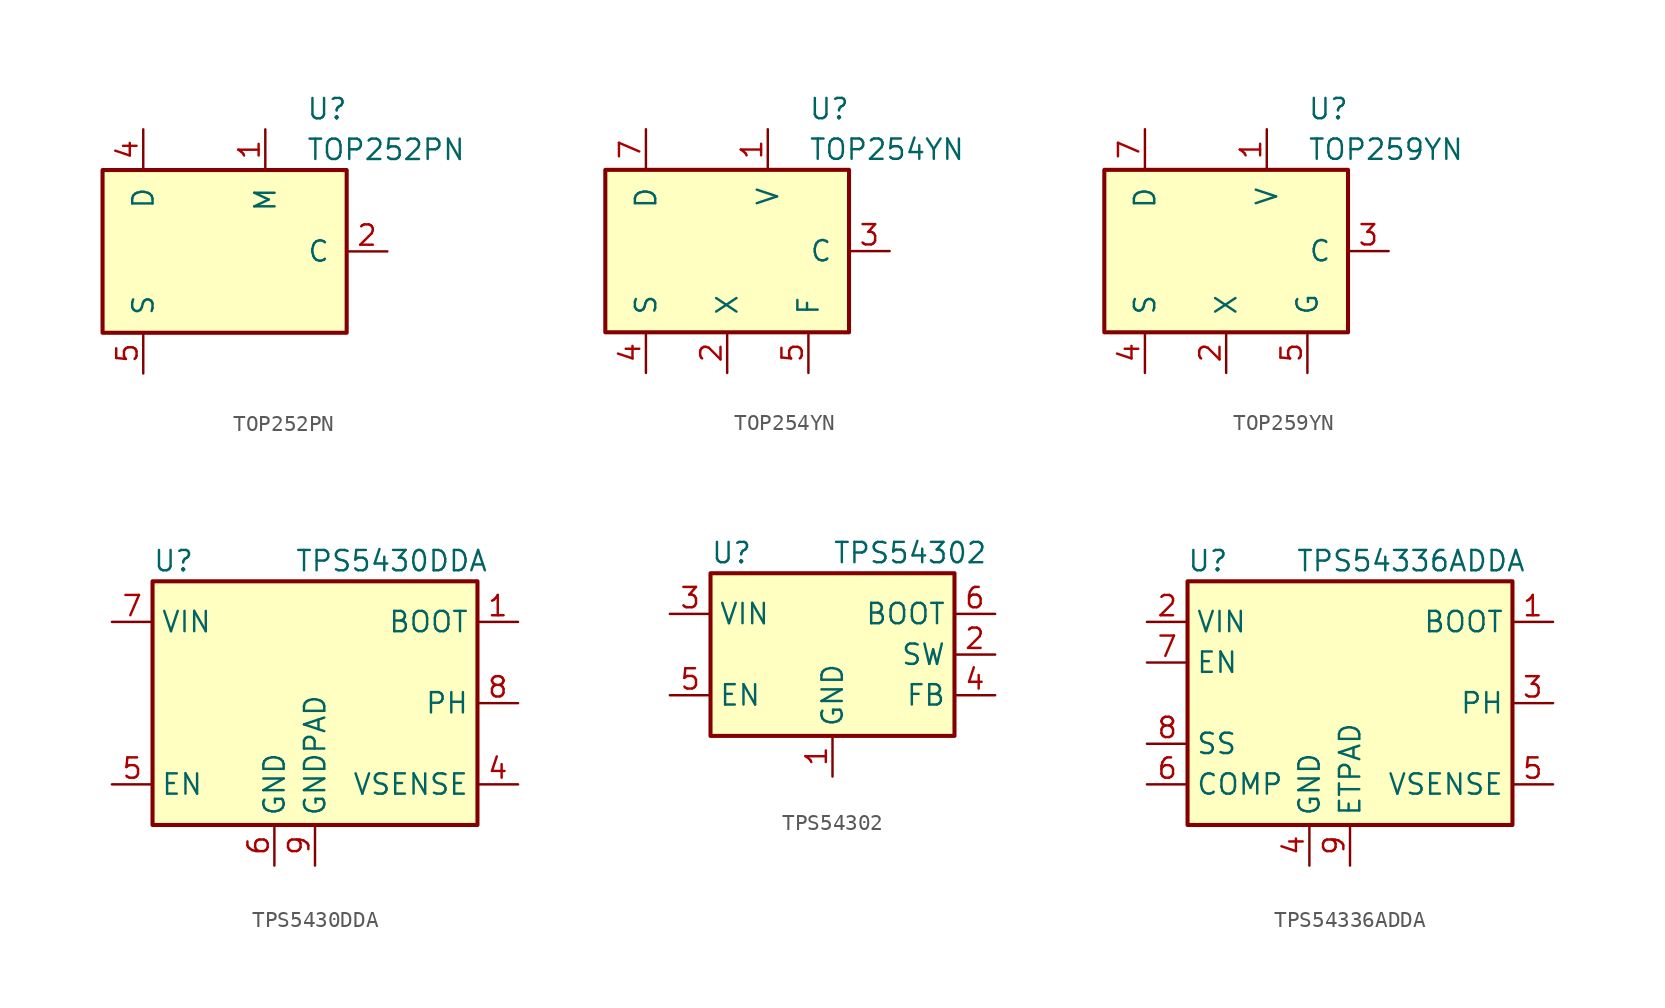
<source format=kicad_sym>
(kicad_symbol_lib
  (version 20201005)
  (generator kicad_symbol_editor)
  (symbol "TOP252PN"
    (pin_names
      (offset 1.016))
    (property "Reference" "U"
      (at 5.08 8.89 0)
      (effects (font (size 1.27 1.27)) (justify left)))
    (property "Value" "TOP252PN"
      (at 5.08 6.35 0)
      (effects (font (size 1.27 1.27)) (justify left)))
    (symbol "TOP252PN_0_1"
      (rectangle (start -7.62 5.08) (end 7.62 -5.08) (stroke (width 0.254)) (fill (type background))))
    (symbol "TOP252PN_1_1"
      (pin input line (at 2.54 7.62 270) (length 2.54) (name "M" (effects (font (size 1.27 1.27)))) (number "1" (effects (font (size 1.27 1.27)))))
      (pin input line (at 10.16 0 180) (length 2.54) (name "C" (effects (font (size 1.27 1.27)))) (number "2" (effects (font (size 1.27 1.27)))))
      (pin open_collector line (at -5.08 7.62 270) (length 2.54) (name "D" (effects (font (size 1.27 1.27)))) (number "4" (effects (font (size 1.27 1.27)))))
      (pin open_emitter line (at -5.08 -7.62 90) (length 2.54) (name "S" (effects (font (size 1.27 1.27)))) (number "5" (effects (font (size 1.27 1.27)))))
      (pin open_emitter line (at -5.08 -7.62 90) (length 2.54) hide (name "S" (effects (font (size 1.27 1.27)))) (number "6" (effects (font (size 1.27 1.27)))))
      (pin open_emitter line (at -5.08 -7.62 90) (length 2.54) hide (name "S" (effects (font (size 1.27 1.27)))) (number "7" (effects (font (size 1.27 1.27)))))
      (pin open_emitter line (at -5.08 -7.62 90) (length 2.54) hide (name "S" (effects (font (size 1.27 1.27)))) (number "8" (effects (font (size 1.27 1.27)))))))
  (symbol "TOP254YN"
    (pin_names
      (offset 1.016))
    (property "Reference" "U"
      (at 5.08 8.89 0)
      (effects (font (size 1.27 1.27)) (justify left)))
    (property "Value" "TOP254YN"
      (at 5.08 6.35 0)
      (effects (font (size 1.27 1.27)) (justify left)))
    (symbol "TOP254YN_0_1"
      (rectangle (start -7.62 5.08) (end 7.62 -5.08) (stroke (width 0.254)) (fill (type background))))
    (symbol "TOP254YN_1_1"
      (pin input line (at 2.54 7.62 270) (length 2.54) (name "V" (effects (font (size 1.27 1.27)))) (number "1" (effects (font (size 1.27 1.27)))))
      (pin input line (at 0 -7.62 90) (length 2.54) (name "X" (effects (font (size 1.27 1.27)))) (number "2" (effects (font (size 1.27 1.27)))))
      (pin input line (at 10.16 0 180) (length 2.54) (name "C" (effects (font (size 1.27 1.27)))) (number "3" (effects (font (size 1.27 1.27)))))
      (pin open_emitter line (at -5.08 -7.62 90) (length 2.54) (name "S" (effects (font (size 1.27 1.27)))) (number "4" (effects (font (size 1.27 1.27)))))
      (pin passive line (at 5.08 -7.62 90) (length 2.54) (name "F" (effects (font (size 1.27 1.27)))) (number "5" (effects (font (size 1.27 1.27)))))
      (pin open_collector line (at -5.08 7.62 270) (length 2.54) (name "D" (effects (font (size 1.27 1.27)))) (number "7" (effects (font (size 1.27 1.27)))))))
  (symbol "TOP259YN"
    (pin_names
      (offset 1.016))
    (property "Reference" "U"
      (at 5.08 8.89 0)
      (effects (font (size 1.27 1.27)) (justify left)))
    (property "Value" "TOP259YN"
      (at 5.08 6.35 0)
      (effects (font (size 1.27 1.27)) (justify left)))
    (symbol "TOP259YN_0_1"
      (rectangle (start -7.62 5.08) (end 7.62 -5.08) (stroke (width 0.254)) (fill (type background))))
    (symbol "TOP259YN_1_1"
      (pin input line (at 2.54 7.62 270) (length 2.54) (name "V" (effects (font (size 1.27 1.27)))) (number "1" (effects (font (size 1.27 1.27)))))
      (pin input line (at 0 -7.62 90) (length 2.54) (name "X" (effects (font (size 1.27 1.27)))) (number "2" (effects (font (size 1.27 1.27)))))
      (pin input line (at 10.16 0 180) (length 2.54) (name "C" (effects (font (size 1.27 1.27)))) (number "3" (effects (font (size 1.27 1.27)))))
      (pin open_emitter line (at -5.08 -7.62 90) (length 2.54) (name "S" (effects (font (size 1.27 1.27)))) (number "4" (effects (font (size 1.27 1.27)))))
      (pin passive line (at 5.08 -7.62 90) (length 2.54) (name "G" (effects (font (size 1.27 1.27)))) (number "5" (effects (font (size 1.27 1.27)))))
      (pin open_collector line (at -5.08 7.62 270) (length 2.54) (name "D" (effects (font (size 1.27 1.27)))) (number "7" (effects (font (size 1.27 1.27)))))))
  (symbol "TPS5430DDA"
    (property "Reference" "U"
      (at -10.16 8.89 0)
      (effects (font (size 1.27 1.27)) (justify left)))
    (property "Value" "TPS5430DDA"
      (at -1.27 8.89 0)
      (effects (font (size 1.27 1.27)) (justify left)))
    (symbol "TPS5430DDA_0_1"
      (rectangle (start -10.16 7.62) (end 10.16 -7.62) (stroke (width 0.254)) (fill (type background))))
    (symbol "TPS5430DDA_1_1"
      (pin input line (at 12.7 5.08 180) (length 2.54) (name "BOOT" (effects (font (size 1.27 1.27)))) (number "1" (effects (font (size 1.27 1.27)))))
      (pin no_connect line (at -10.16 2.54 0) (length 2.54) hide (name "NC" (effects (font (size 1.27 1.27)))) (number "2" (effects (font (size 1.27 1.27)))))
      (pin no_connect line (at -10.16 -2.54 0) (length 2.54) hide (name "NC" (effects (font (size 1.27 1.27)))) (number "3" (effects (font (size 1.27 1.27)))))
      (pin input line (at 12.7 -5.08 180) (length 2.54) (name "VSENSE" (effects (font (size 1.27 1.27)))) (number "4" (effects (font (size 1.27 1.27)))))
      (pin input line (at -12.7 -5.08 0) (length 2.54) (name "EN" (effects (font (size 1.27 1.27)))) (number "5" (effects (font (size 1.27 1.27)))))
      (pin power_in line (at -2.54 -10.16 90) (length 2.54) (name "GND" (effects (font (size 1.27 1.27)))) (number "6" (effects (font (size 1.27 1.27)))))
      (pin power_in line (at -12.7 5.08 0) (length 2.54) (name "VIN" (effects (font (size 1.27 1.27)))) (number "7" (effects (font (size 1.27 1.27)))))
      (pin output line (at 12.7 0 180) (length 2.54) (name "PH" (effects (font (size 1.27 1.27)))) (number "8" (effects (font (size 1.27 1.27)))))
      (pin power_in line (at 0 -10.16 90) (length 2.54) (name "GNDPAD" (effects (font (size 1.27 1.27)))) (number "9" (effects (font (size 1.27 1.27)))))))
  (symbol "TPS54302"
    (property "Reference" "U"
      (at -7.62 6.35 0)
      (effects (font (size 1.27 1.27)) (justify left)))
    (property "Value" "TPS54302"
      (at 0 6.35 0)
      (effects (font (size 1.27 1.27)) (justify left)))
    (symbol "TPS54302_0_1"
      (rectangle (start -7.62 5.08) (end 7.62 -5.08) (stroke (width 0.254)) (fill (type background))))
    (symbol "TPS54302_1_1"
      (pin power_in line (at 0 -7.62 90) (length 2.54) (name "GND" (effects (font (size 1.27 1.27)))) (number "1" (effects (font (size 1.27 1.27)))))
      (pin power_out line (at 10.16 0 180) (length 2.54) (name "SW" (effects (font (size 1.27 1.27)))) (number "2" (effects (font (size 1.27 1.27)))))
      (pin power_in line (at -10.16 2.54 0) (length 2.54) (name "VIN" (effects (font (size 1.27 1.27)))) (number "3" (effects (font (size 1.27 1.27)))))
      (pin input line (at 10.16 -2.54 180) (length 2.54) (name "FB" (effects (font (size 1.27 1.27)))) (number "4" (effects (font (size 1.27 1.27)))))
      (pin input line (at -10.16 -2.54 0) (length 2.54) (name "EN" (effects (font (size 1.27 1.27)))) (number "5" (effects (font (size 1.27 1.27)))))
      (pin passive line (at 10.16 2.54 180) (length 2.54) (name "BOOT" (effects (font (size 1.27 1.27)))) (number "6" (effects (font (size 1.27 1.27)))))))
  (symbol "TPS54336ADDA"
    (property "Reference" "U"
      (at -8.89 8.89 0)
      (effects (font (size 1.27 1.27))))
    (property "Value" "TPS54336ADDA"
      (at 3.81 8.89 0)
      (effects (font (size 1.27 1.27))))
    (symbol "TPS54336ADDA_1_1"
      (rectangle (start -10.16 7.62) (end 10.16 -7.62) (stroke (width 0.254)) (fill (type background)))
      (pin output line (at 12.7 5.08 180) (length 2.54) (name "BOOT" (effects (font (size 1.27 1.27)))) (number "1" (effects (font (size 1.27 1.27)))))
      (pin power_in line (at -12.7 5.08 0) (length 2.54) (name "VIN" (effects (font (size 1.27 1.27)))) (number "2" (effects (font (size 1.27 1.27)))))
      (pin output line (at 12.7 0 180) (length 2.54) (name "PH" (effects (font (size 1.27 1.27)))) (number "3" (effects (font (size 1.27 1.27)))))
      (pin power_in line (at -2.54 -10.16 90) (length 2.54) (name "GND" (effects (font (size 1.27 1.27)))) (number "4" (effects (font (size 1.27 1.27)))))
      (pin input line (at 12.7 -5.08 180) (length 2.54) (name "VSENSE" (effects (font (size 1.27 1.27)))) (number "5" (effects (font (size 1.27 1.27)))))
      (pin output line (at -12.7 -5.08 0) (length 2.54) (name "COMP" (effects (font (size 1.27 1.27)))) (number "6" (effects (font (size 1.27 1.27)))))
      (pin input line (at -12.7 2.54 0) (length 2.54) (name "EN" (effects (font (size 1.27 1.27)))) (number "7" (effects (font (size 1.27 1.27)))))
      (pin output line (at -12.7 -2.54 0) (length 2.54) (name "SS" (effects (font (size 1.27 1.27)))) (number "8" (effects (font (size 1.27 1.27)))))
      (pin power_in line (at 0 -10.16 90) (length 2.54) (name "ETPAD" (effects (font (size 1.27 1.27)))) (number "9" (effects (font (size 1.27 1.27))))))))
</source>
